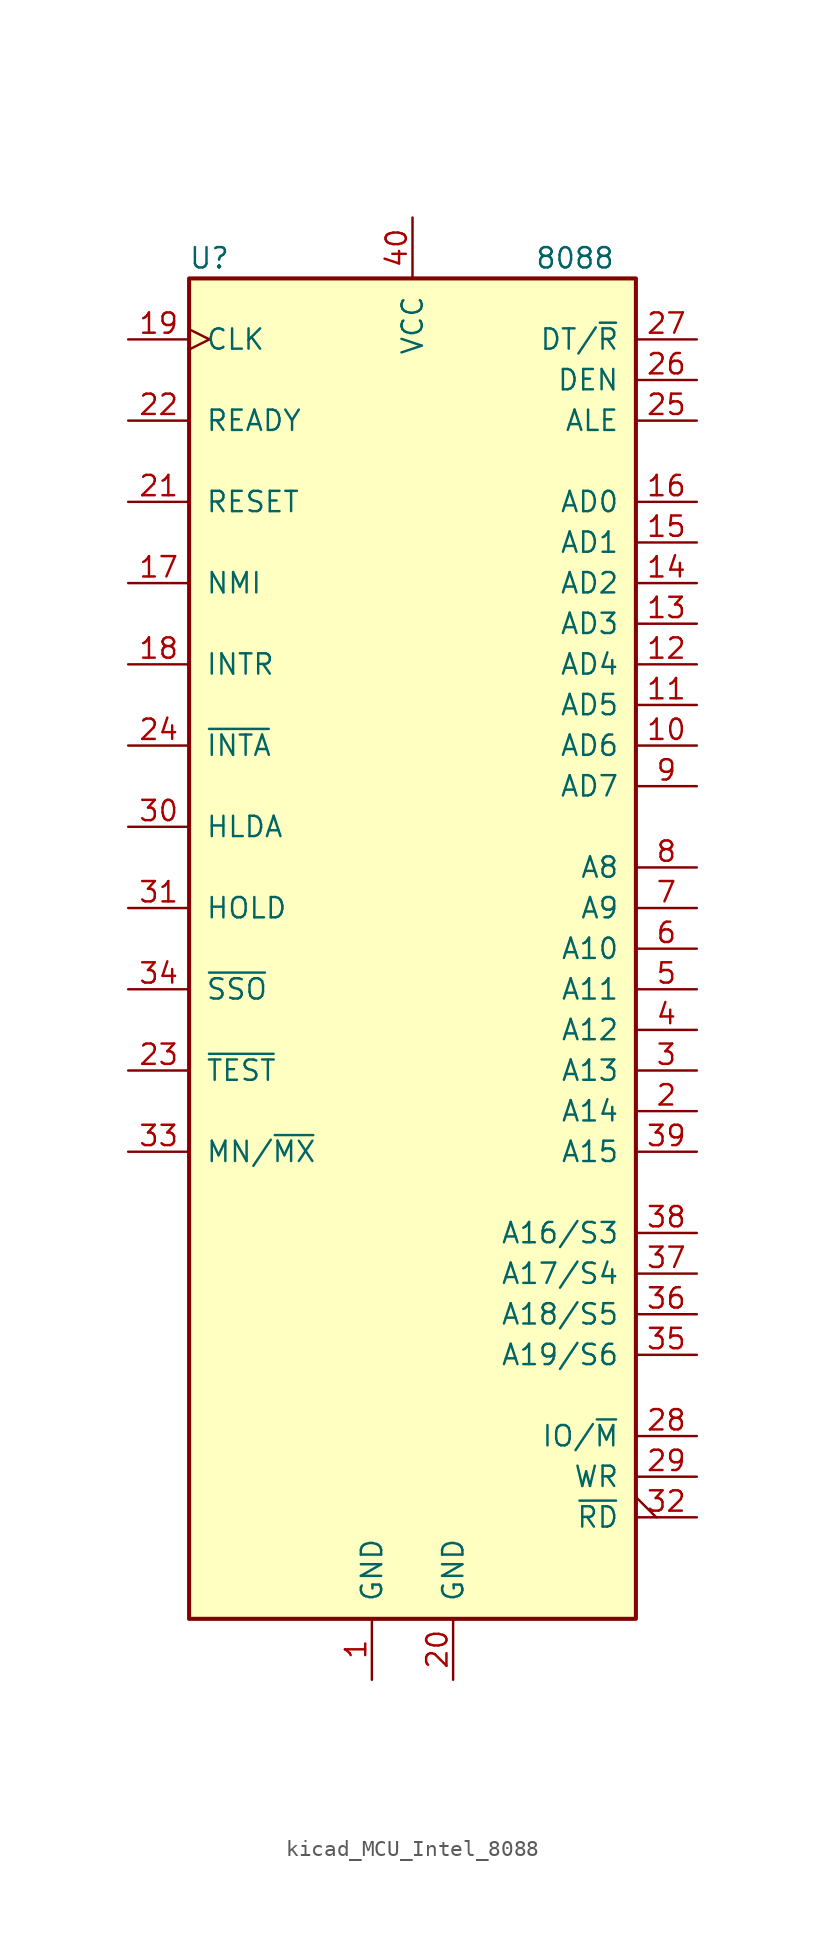
<source format=kicad_sym>
(kicad_symbol_lib
  (version 20220914)
  (generator kicad_symbol_editor)
  (symbol "kicad_MCU_Intel_8088"
    (pin_names
      (offset 1.016))
    (property "Reference" "U"
      (at -12.7 43.18 0)
      (effects (font (size 1.27 1.27))))
    (property "Value" "8088"
      (at 10.16 43.18 0)
      (effects (font (size 1.27 1.27))))
    (symbol "kicad_MCU_Intel_8088_0_1"
      (rectangle (start 13.97 -41.91) (end -13.97 41.91) (stroke (width 0.254) (type default)) (fill (type background))))
    (symbol "kicad_MCU_Intel_8088_1_1"
      (pin power_in line (at -2.54 -45.72 90) (length 3.81) (name "GND" (effects (font (size 1.27 1.27)))) (number "1" (effects (font (size 1.27 1.27)))))
      (pin bidirectional line (at 17.78 12.7 180) (length 3.81) (name "AD6" (effects (font (size 1.27 1.27)))) (number "10" (effects (font (size 1.27 1.27)))))
      (pin bidirectional line (at 17.78 15.24 180) (length 3.81) (name "AD5" (effects (font (size 1.27 1.27)))) (number "11" (effects (font (size 1.27 1.27)))))
      (pin bidirectional line (at 17.78 17.78 180) (length 3.81) (name "AD4" (effects (font (size 1.27 1.27)))) (number "12" (effects (font (size 1.27 1.27)))))
      (pin bidirectional line (at 17.78 20.32 180) (length 3.81) (name "AD3" (effects (font (size 1.27 1.27)))) (number "13" (effects (font (size 1.27 1.27)))))
      (pin bidirectional line (at 17.78 22.86 180) (length 3.81) (name "AD2" (effects (font (size 1.27 1.27)))) (number "14" (effects (font (size 1.27 1.27)))))
      (pin bidirectional line (at 17.78 25.4 180) (length 3.81) (name "AD1" (effects (font (size 1.27 1.27)))) (number "15" (effects (font (size 1.27 1.27)))))
      (pin bidirectional line (at 17.78 27.94 180) (length 3.81) (name "AD0" (effects (font (size 1.27 1.27)))) (number "16" (effects (font (size 1.27 1.27)))))
      (pin input line (at -17.78 22.86 0) (length 3.81) (name "NMI" (effects (font (size 1.27 1.27)))) (number "17" (effects (font (size 1.27 1.27)))))
      (pin input line (at -17.78 17.78 0) (length 3.81) (name "INTR" (effects (font (size 1.27 1.27)))) (number "18" (effects (font (size 1.27 1.27)))))
      (pin input clock (at -17.78 38.1 0) (length 3.81) (name "CLK" (effects (font (size 1.27 1.27)))) (number "19" (effects (font (size 1.27 1.27)))))
      (pin output line (at 17.78 -10.16 180) (length 3.81) (name "A14" (effects (font (size 1.27 1.27)))) (number "2" (effects (font (size 1.27 1.27)))))
      (pin power_in line (at 2.54 -45.72 90) (length 3.81) (name "GND" (effects (font (size 1.27 1.27)))) (number "20" (effects (font (size 1.27 1.27)))))
      (pin input line (at -17.78 27.94 0) (length 3.81) (name "RESET" (effects (font (size 1.27 1.27)))) (number "21" (effects (font (size 1.27 1.27)))))
      (pin input line (at -17.78 33.02 0) (length 3.81) (name "READY" (effects (font (size 1.27 1.27)))) (number "22" (effects (font (size 1.27 1.27)))))
      (pin input line (at -17.78 -7.62 0) (length 3.81) (name "~{TEST}" (effects (font (size 1.27 1.27)))) (number "23" (effects (font (size 1.27 1.27)))))
      (pin output line (at -17.78 12.7 0) (length 3.81) (name "~{INTA}" (effects (font (size 1.27 1.27)))) (number "24" (effects (font (size 1.27 1.27)))))
      (pin output line (at 17.78 33.02 180) (length 3.81) (name "ALE" (effects (font (size 1.27 1.27)))) (number "25" (effects (font (size 1.27 1.27)))))
      (pin output line (at 17.78 35.56 180) (length 3.81) (name "DEN" (effects (font (size 1.27 1.27)))) (number "26" (effects (font (size 1.27 1.27)))))
      (pin output line (at 17.78 38.1 180) (length 3.81) (name "DT/~{R}" (effects (font (size 1.27 1.27)))) (number "27" (effects (font (size 1.27 1.27)))))
      (pin output line (at 17.78 -30.48 180) (length 3.81) (name "IO/~{M}" (effects (font (size 1.27 1.27)))) (number "28" (effects (font (size 1.27 1.27)))))
      (pin output line (at 17.78 -33.02 180) (length 3.81) (name "WR" (effects (font (size 1.27 1.27)))) (number "29" (effects (font (size 1.27 1.27)))))
      (pin output line (at 17.78 -7.62 180) (length 3.81) (name "A13" (effects (font (size 1.27 1.27)))) (number "3" (effects (font (size 1.27 1.27)))))
      (pin output line (at -17.78 7.62 0) (length 3.81) (name "HLDA" (effects (font (size 1.27 1.27)))) (number "30" (effects (font (size 1.27 1.27)))))
      (pin input line (at -17.78 2.54 0) (length 3.81) (name "HOLD" (effects (font (size 1.27 1.27)))) (number "31" (effects (font (size 1.27 1.27)))))
      (pin output output_low (at 17.78 -35.56 180) (length 3.81) (name "~{RD}" (effects (font (size 1.27 1.27)))) (number "32" (effects (font (size 1.27 1.27)))))
      (pin input line (at -17.78 -12.7 0) (length 3.81) (name "MN/~{MX}" (effects (font (size 1.27 1.27)))) (number "33" (effects (font (size 1.27 1.27)))))
      (pin output line (at -17.78 -2.54 0) (length 3.81) (name "~{SSO}" (effects (font (size 1.27 1.27)))) (number "34" (effects (font (size 1.27 1.27)))))
      (pin output line (at 17.78 -25.4 180) (length 3.81) (name "A19/S6" (effects (font (size 1.27 1.27)))) (number "35" (effects (font (size 1.27 1.27)))))
      (pin output line (at 17.78 -22.86 180) (length 3.81) (name "A18/S5" (effects (font (size 1.27 1.27)))) (number "36" (effects (font (size 1.27 1.27)))))
      (pin output line (at 17.78 -20.32 180) (length 3.81) (name "A17/S4" (effects (font (size 1.27 1.27)))) (number "37" (effects (font (size 1.27 1.27)))))
      (pin output line (at 17.78 -17.78 180) (length 3.81) (name "A16/S3" (effects (font (size 1.27 1.27)))) (number "38" (effects (font (size 1.27 1.27)))))
      (pin output line (at 17.78 -12.7 180) (length 3.81) (name "A15" (effects (font (size 1.27 1.27)))) (number "39" (effects (font (size 1.27 1.27)))))
      (pin output line (at 17.78 -5.08 180) (length 3.81) (name "A12" (effects (font (size 1.27 1.27)))) (number "4" (effects (font (size 1.27 1.27)))))
      (pin power_in line (at 0 45.72 270) (length 3.81) (name "VCC" (effects (font (size 1.27 1.27)))) (number "40" (effects (font (size 1.27 1.27)))))
      (pin output line (at 17.78 -2.54 180) (length 3.81) (name "A11" (effects (font (size 1.27 1.27)))) (number "5" (effects (font (size 1.27 1.27)))))
      (pin output line (at 17.78 0 180) (length 3.81) (name "A10" (effects (font (size 1.27 1.27)))) (number "6" (effects (font (size 1.27 1.27)))))
      (pin output line (at 17.78 2.54 180) (length 3.81) (name "A9" (effects (font (size 1.27 1.27)))) (number "7" (effects (font (size 1.27 1.27)))))
      (pin output line (at 17.78 5.08 180) (length 3.81) (name "A8" (effects (font (size 1.27 1.27)))) (number "8" (effects (font (size 1.27 1.27)))))
      (pin bidirectional line (at 17.78 10.16 180) (length 3.81) (name "AD7" (effects (font (size 1.27 1.27)))) (number "9" (effects (font (size 1.27 1.27))))))))
</source>
